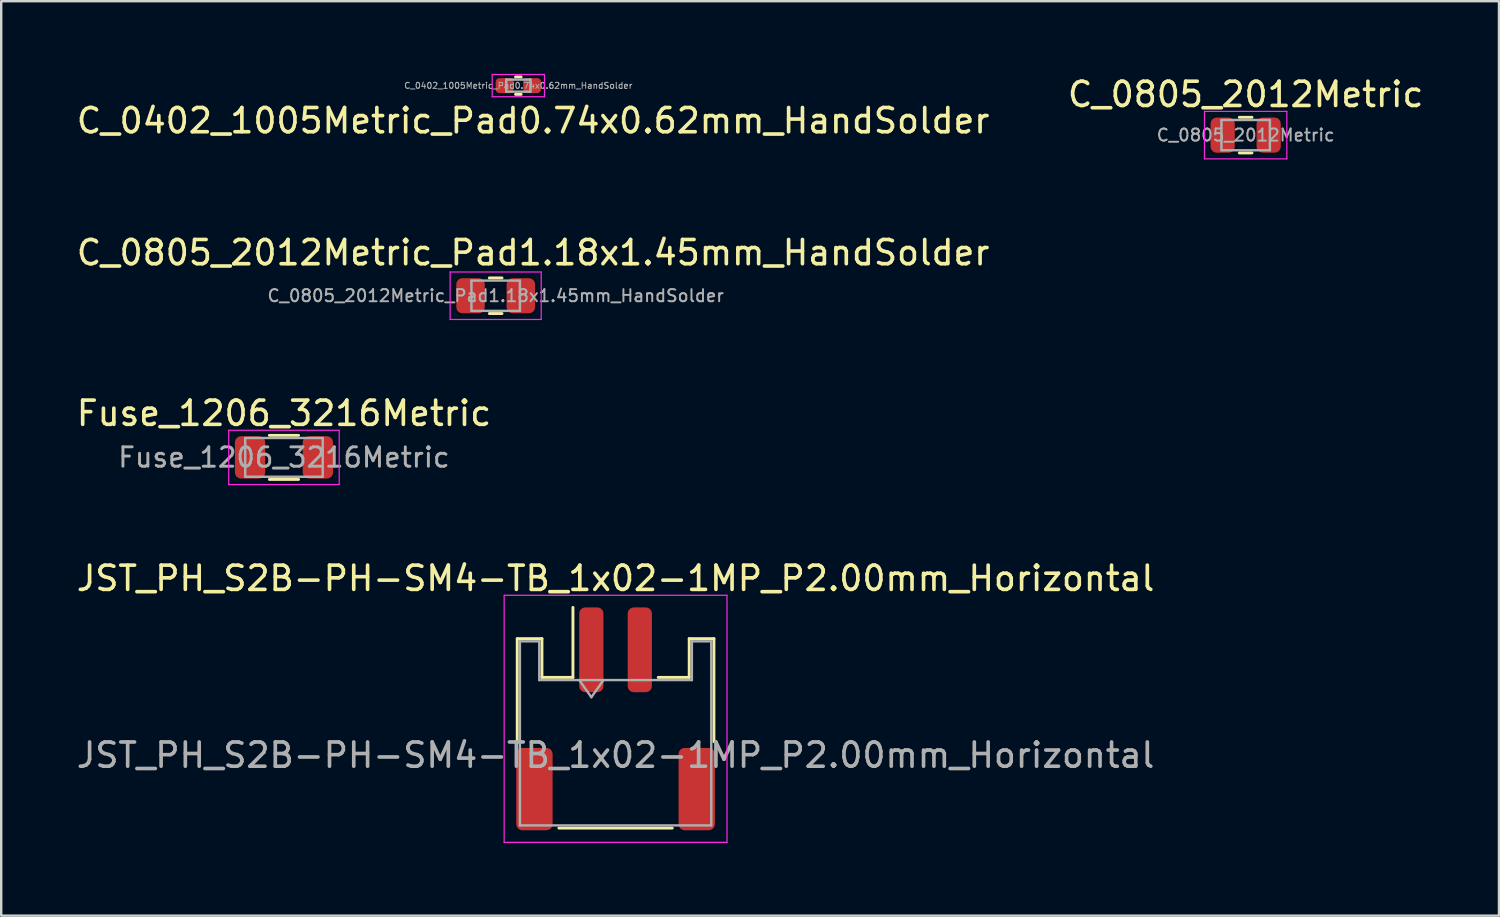
<source format=kicad_pcb>
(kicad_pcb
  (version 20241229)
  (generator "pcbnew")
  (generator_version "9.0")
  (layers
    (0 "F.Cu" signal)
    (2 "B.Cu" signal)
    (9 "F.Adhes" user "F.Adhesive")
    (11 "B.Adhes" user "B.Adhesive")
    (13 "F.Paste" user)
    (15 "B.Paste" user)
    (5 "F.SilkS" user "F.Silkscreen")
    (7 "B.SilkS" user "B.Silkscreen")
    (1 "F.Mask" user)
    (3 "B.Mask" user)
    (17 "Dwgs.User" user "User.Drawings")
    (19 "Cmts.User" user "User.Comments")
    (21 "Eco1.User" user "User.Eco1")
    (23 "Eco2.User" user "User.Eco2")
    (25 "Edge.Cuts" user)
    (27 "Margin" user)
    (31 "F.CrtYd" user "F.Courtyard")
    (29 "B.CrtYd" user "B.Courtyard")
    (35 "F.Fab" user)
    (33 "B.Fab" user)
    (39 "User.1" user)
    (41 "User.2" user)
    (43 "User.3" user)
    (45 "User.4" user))
  (footprint "C_0805_2012Metric_Pad1.18x1.45mm_HandSolder"
    (layer "F.Cu")
    (at 17.413 9.159)
    (property "Reference" "C_0805_2012Metric_Pad1.18x1.45mm_HandSolder" (at 1.546 -1.778 180) (layer "F.SilkS") (effects (font (size 1 1) (thickness 0.15))))
    (attr smd)
    (fp_line (start -0.261 -0.735) (end 0.261 -0.735) (stroke (width 0.12) (type solid)) (layer "F.SilkS"))
    (fp_line (start -0.261 0.735) (end 0.261 0.735) (stroke (width 0.12) (type solid)) (layer "F.SilkS"))
    (fp_line (start -1.88 -0.98) (end 1.88 -0.98) (stroke (width 0.05) (type solid)) (layer "F.CrtYd"))
    (fp_line (start -1.88 0.98) (end -1.88 -0.98) (stroke (width 0.05) (type solid)) (layer "F.CrtYd"))
    (fp_line (start 1.88 -0.98) (end 1.88 0.98) (stroke (width 0.05) (type solid)) (layer "F.CrtYd"))
    (fp_line (start 1.88 0.98) (end -1.88 0.98) (stroke (width 0.05) (type solid)) (layer "F.CrtYd"))
    (fp_line (start -1 -0.625) (end 1 -0.625) (stroke (width 0.1) (type solid)) (layer "F.Fab"))
    (fp_line (start -1 0.625) (end -1 -0.625) (stroke (width 0.1) (type solid)) (layer "F.Fab"))
    (fp_line (start 1 -0.625) (end 1 0.625) (stroke (width 0.1) (type solid)) (layer "F.Fab"))
    (fp_line (start 1 0.625) (end -1 0.625) (stroke (width 0.1) (type solid)) (layer "F.Fab"))
    (fp_text user "${REFERENCE}" (at 0 0 180) (layer "F.Fab") (effects (font (size 0.5 0.5) (thickness 0.08))))
    (pad "1" smd roundrect (at -1.038 0) (size 1.175 1.45) (layers "F.Cu" "F.Mask" "F.Paste") (roundrect_rratio 0.213))
    (pad "2" smd roundrect (at 1.038 0) (size 1.175 1.45) (layers "F.Cu" "F.Mask" "F.Paste") (roundrect_rratio 0.213)))
  (footprint "C_0402_1005Metric_Pad0.74x0.62mm_HandSolder"
    (layer "F.Cu")
    (at 18.349 0.485)
    (property "Reference" "C_0402_1005Metric_Pad0.74x0.62mm_HandSolder" (at 0.61 1.448 180) (layer "F.SilkS") (effects (font (size 1 1) (thickness 0.15))))
    (attr smd)
    (fp_line (start -0.116 -0.36) (end 0.116 -0.36) (stroke (width 0.12) (type solid)) (layer "F.SilkS"))
    (fp_line (start -0.116 0.36) (end 0.116 0.36) (stroke (width 0.12) (type solid)) (layer "F.SilkS"))
    (fp_line (start -1.08 -0.46) (end 1.08 -0.46) (stroke (width 0.05) (type solid)) (layer "F.CrtYd"))
    (fp_line (start -1.08 0.46) (end -1.08 -0.46) (stroke (width 0.05) (type solid)) (layer "F.CrtYd"))
    (fp_line (start 1.08 -0.46) (end 1.08 0.46) (stroke (width 0.05) (type solid)) (layer "F.CrtYd"))
    (fp_line (start 1.08 0.46) (end -1.08 0.46) (stroke (width 0.05) (type solid)) (layer "F.CrtYd"))
    (fp_line (start -0.5 -0.25) (end 0.5 -0.25) (stroke (width 0.1) (type solid)) (layer "F.Fab"))
    (fp_line (start -0.5 0.25) (end -0.5 -0.25) (stroke (width 0.1) (type solid)) (layer "F.Fab"))
    (fp_line (start 0.5 -0.25) (end 0.5 0.25) (stroke (width 0.1) (type solid)) (layer "F.Fab"))
    (fp_line (start 0.5 0.25) (end -0.5 0.25) (stroke (width 0.1) (type solid)) (layer "F.Fab"))
    (fp_text user "${REFERENCE}" (at 0 0 180) (layer "F.Fab") (effects (font (size 0.25 0.25) (thickness 0.04))))
    (pad "1" smd roundrect (at -0.568 0) (size 0.735 0.62) (layers "F.Cu" "F.Mask" "F.Paste") (roundrect_rratio 0.25))
    (pad "2" smd roundrect (at 0.568 0) (size 0.735 0.62) (layers "F.Cu" "F.Mask" "F.Paste") (roundrect_rratio 0.25)))
  (footprint "C_0805_2012Metric"
    (layer "F.Cu")
    (at 48.375 2.528)
    (property "Reference" "C_0805_2012Metric" (at 0 -1.68 0) (layer "F.SilkS") (effects (font (size 1 1) (thickness 0.15))))
    (attr smd)
    (fp_line (start -0.261 -0.735) (end 0.261 -0.735) (stroke (width 0.12) (type solid)) (layer "F.SilkS"))
    (fp_line (start -0.261 0.735) (end 0.261 0.735) (stroke (width 0.12) (type solid)) (layer "F.SilkS"))
    (fp_line (start -1.7 -0.98) (end 1.7 -0.98) (stroke (width 0.05) (type solid)) (layer "F.CrtYd"))
    (fp_line (start -1.7 0.98) (end -1.7 -0.98) (stroke (width 0.05) (type solid)) (layer "F.CrtYd"))
    (fp_line (start 1.7 -0.98) (end 1.7 0.98) (stroke (width 0.05) (type solid)) (layer "F.CrtYd"))
    (fp_line (start 1.7 0.98) (end -1.7 0.98) (stroke (width 0.05) (type solid)) (layer "F.CrtYd"))
    (fp_line (start -1 -0.625) (end 1 -0.625) (stroke (width 0.1) (type solid)) (layer "F.Fab"))
    (fp_line (start -1 0.625) (end -1 -0.625) (stroke (width 0.1) (type solid)) (layer "F.Fab"))
    (fp_line (start 1 -0.625) (end 1 0.625) (stroke (width 0.1) (type solid)) (layer "F.Fab"))
    (fp_line (start 1 0.625) (end -1 0.625) (stroke (width 0.1) (type solid)) (layer "F.Fab"))
    (fp_text user "${REFERENCE}" (at 0 0 0) (layer "F.Fab") (effects (font (size 0.5 0.5) (thickness 0.08))))
    (pad "1" smd roundrect (at -0.95 0) (size 1 1.45) (layers "F.Cu" "F.Mask" "F.Paste") (roundrect_rratio 0.25))
    (pad "2" smd roundrect (at 0.95 0) (size 1 1.45) (layers "F.Cu" "F.Mask" "F.Paste") (roundrect_rratio 0.25)))
  (footprint "Fuse_1206_3216Metric"
    (layer "F.Cu")
    (at 8.673 15.833)
    (property "Reference" "Fuse_1206_3216Metric" (at 0 -1.82 0) (layer "F.SilkS") (effects (font (size 1 1) (thickness 0.15))))
    (attr smd)
    (fp_line (start -0.602 -0.91) (end 0.602 -0.91) (stroke (width 0.12) (type solid)) (layer "F.SilkS"))
    (fp_line (start -0.602 0.91) (end 0.602 0.91) (stroke (width 0.12) (type solid)) (layer "F.SilkS"))
    (fp_line (start -2.28 -1.12) (end 2.28 -1.12) (stroke (width 0.05) (type solid)) (layer "F.CrtYd"))
    (fp_line (start -2.28 1.12) (end -2.28 -1.12) (stroke (width 0.05) (type solid)) (layer "F.CrtYd"))
    (fp_line (start 2.28 -1.12) (end 2.28 1.12) (stroke (width 0.05) (type solid)) (layer "F.CrtYd"))
    (fp_line (start 2.28 1.12) (end -2.28 1.12) (stroke (width 0.05) (type solid)) (layer "F.CrtYd"))
    (fp_line (start -1.6 -0.8) (end 1.6 -0.8) (stroke (width 0.1) (type solid)) (layer "F.Fab"))
    (fp_line (start -1.6 0.8) (end -1.6 -0.8) (stroke (width 0.1) (type solid)) (layer "F.Fab"))
    (fp_line (start 1.6 -0.8) (end 1.6 0.8) (stroke (width 0.1) (type solid)) (layer "F.Fab"))
    (fp_line (start 1.6 0.8) (end -1.6 0.8) (stroke (width 0.1) (type solid)) (layer "F.Fab"))
    (fp_text user "${REFERENCE}" (at 0 0 0) (layer "F.Fab") (effects (font (size 0.8 0.8) (thickness 0.12))))
    (pad "1" smd roundrect (at -1.4 0) (size 1.25 1.75) (layers "F.Cu" "F.Mask" "F.Paste") (roundrect_rratio 0.2))
    (pad "2" smd roundrect (at 1.4 0) (size 1.25 1.75) (layers "F.Cu" "F.Mask" "F.Paste") (roundrect_rratio 0.2)))
  (footprint "JST_PH_S2B-PH-SM4-TB_1x02-1MP_P2.00mm_Horizontal"
    (layer "F.Cu")
    (at 22.363 26.626)
    (property "Reference" "JST_PH_S2B-PH-SM4-TB_1x02-1MP_P2.00mm_Horizontal" (at 0 -5.8 180) (layer "F.SilkS") (effects (font (size 1 1) (thickness 0.15))))
    (attr smd)
    (fp_line (start -4.06 -3.31) (end -3.04 -3.31) (stroke (width 0.12) (type solid)) (layer "F.SilkS"))
    (fp_line (start -4.06 0.94) (end -4.06 -3.31) (stroke (width 0.12) (type solid)) (layer "F.SilkS"))
    (fp_line (start -3.04 -3.31) (end -3.04 -1.71) (stroke (width 0.12) (type solid)) (layer "F.SilkS"))
    (fp_line (start -3.04 -1.71) (end -1.76 -1.71) (stroke (width 0.12) (type solid)) (layer "F.SilkS"))
    (fp_line (start -2.34 4.51) (end 2.34 4.51) (stroke (width 0.12) (type solid)) (layer "F.SilkS"))
    (fp_line (start -1.76 -1.71) (end -1.76 -4.6) (stroke (width 0.12) (type solid)) (layer "F.SilkS"))
    (fp_line (start 3.04 -3.31) (end 3.04 -1.71) (stroke (width 0.12) (type solid)) (layer "F.SilkS"))
    (fp_line (start 3.04 -1.71) (end 1.76 -1.71) (stroke (width 0.12) (type solid)) (layer "F.SilkS"))
    (fp_line (start 4.06 -3.31) (end 3.04 -3.31) (stroke (width 0.12) (type solid)) (layer "F.SilkS"))
    (fp_line (start 4.06 0.94) (end 4.06 -3.31) (stroke (width 0.12) (type solid)) (layer "F.SilkS"))
    (fp_line (start -4.6 -5.1) (end -4.6 5.1) (stroke (width 0.05) (type solid)) (layer "F.CrtYd"))
    (fp_line (start -4.6 5.1) (end 4.6 5.1) (stroke (width 0.05) (type solid)) (layer "F.CrtYd"))
    (fp_line (start 4.6 -5.1) (end -4.6 -5.1) (stroke (width 0.05) (type solid)) (layer "F.CrtYd"))
    (fp_line (start 4.6 5.1) (end 4.6 -5.1) (stroke (width 0.05) (type solid)) (layer "F.CrtYd"))
    (fp_line (start -3.95 -3.2) (end -3.95 4.4) (stroke (width 0.1) (type solid)) (layer "F.Fab"))
    (fp_line (start -3.95 -3.2) (end -3.15 -3.2) (stroke (width 0.1) (type solid)) (layer "F.Fab"))
    (fp_line (start -3.95 4.4) (end 3.95 4.4) (stroke (width 0.1) (type solid)) (layer "F.Fab"))
    (fp_line (start -3.15 -3.2) (end -3.15 -1.6) (stroke (width 0.1) (type solid)) (layer "F.Fab"))
    (fp_line (start -3.15 -1.6) (end 3.15 -1.6) (stroke (width 0.1) (type solid)) (layer "F.Fab"))
    (fp_line (start -1.5 -1.6) (end -1 -0.893) (stroke (width 0.1) (type solid)) (layer "F.Fab"))
    (fp_line (start -1 -0.893) (end -0.5 -1.6) (stroke (width 0.1) (type solid)) (layer "F.Fab"))
    (fp_line (start 3.15 -3.2) (end 3.95 -3.2) (stroke (width 0.1) (type solid)) (layer "F.Fab"))
    (fp_line (start 3.15 -1.6) (end 3.15 -3.2) (stroke (width 0.1) (type solid)) (layer "F.Fab"))
    (fp_line (start 3.95 -3.2) (end 3.95 4.4) (stroke (width 0.1) (type solid)) (layer "F.Fab"))
    (fp_text user "${REFERENCE}" (at 0 1.5 180) (layer "F.Fab") (effects (font (size 1 1) (thickness 0.15))))
    (pad "1" smd roundrect (at -1 -2.85) (size 1 3.5) (layers "F.Cu" "F.Mask" "F.Paste") (roundrect_rratio 0.25))
    (pad "2" smd roundrect (at 1 -2.85) (size 1 3.5) (layers "F.Cu" "F.Mask" "F.Paste") (roundrect_rratio 0.25))
    (pad "GND" smd roundrect (at -3.35 2.9) (size 1.5 3.4) (layers "F.Cu" "F.Mask" "F.Paste") (roundrect_rratio 0.167))
    (pad "GND" smd roundrect (at 3.35 2.9) (size 1.5 3.4) (layers "F.Cu" "F.Mask" "F.Paste") (roundrect_rratio 0.167)))
  (gr_rect
    (start -3 -3)
    (end 58.833 34.751)
    (stroke (width 0.1) (type default))
    (fill no)
    (layer "Edge.Cuts")))
</source>
